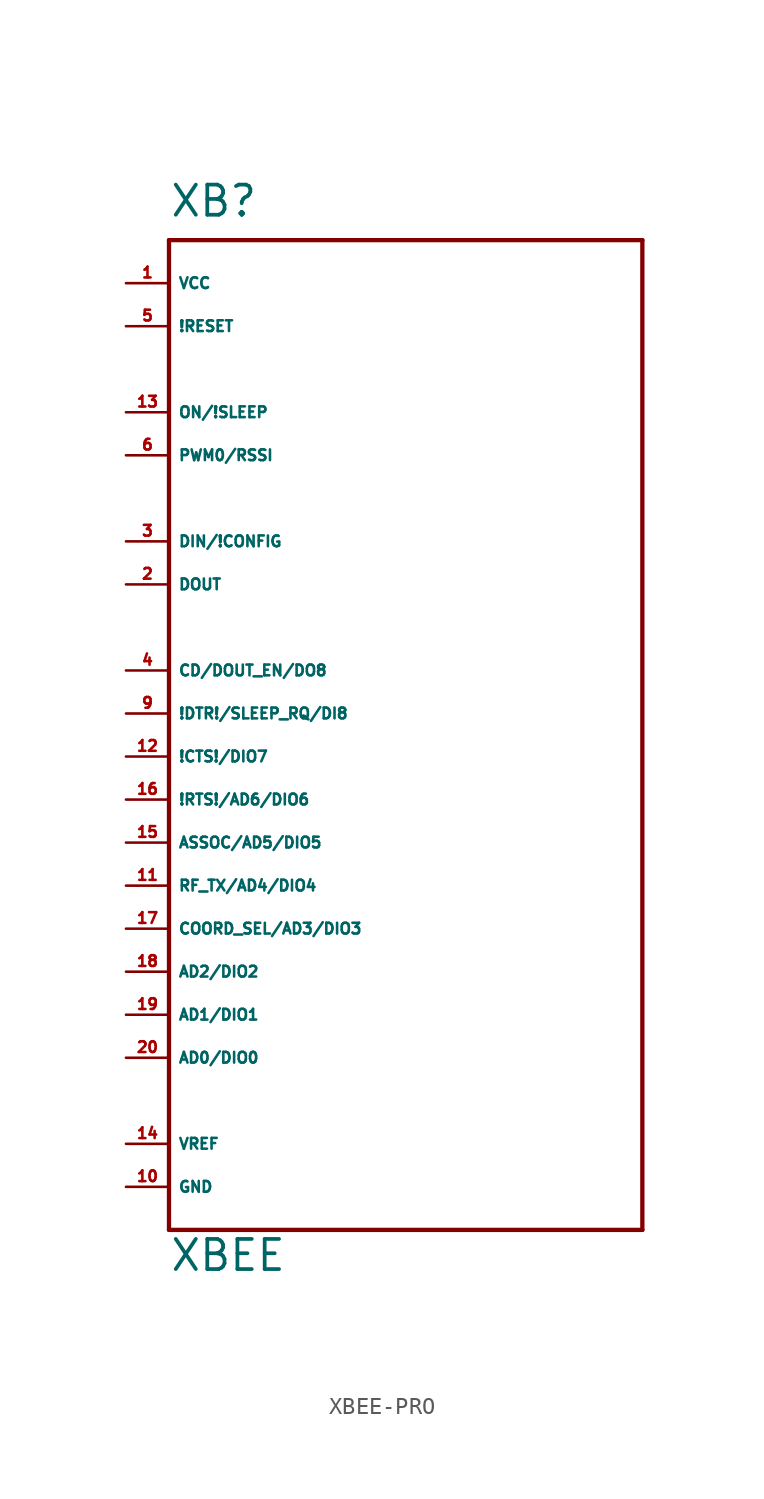
<source format=kicad_sym>
(kicad_symbol_lib
  (version 20220914)
  (generator Eagle2Kicad)
  (symbol "XBEE-PRO"
    (property "Reference" "XB"
      (at -12.7 29.21 0)
      (effects (font (size 1.778 1.778) (thickness 0.22)) (justify left bottom)))
    (property "Value" "XBEE"
      (at -12.7 -33.02 0)
      (effects (font (size 1.778 1.778) (thickness 0.22)) (justify left bottom)))
    (polyline
      (pts (xy -12.7 27.94) (xy -12.7 -30.48))
      (stroke (width 0.254) (type default))
      (fill (type none)))
    (polyline
      (pts (xy -12.7 -30.48) (xy 15.24 -30.48))
      (stroke (width 0.254) (type default))
      (fill (type none)))
    (polyline
      (pts (xy 15.24 -30.48) (xy 15.24 27.94))
      (stroke (width 0.254) (type default))
      (fill (type none)))
    (polyline
      (pts (xy 15.24 27.94) (xy -12.7 27.94))
      (stroke (width 0.254) (type default))
      (fill (type none)))
    (pin unspecified line
      (at -15.24 25.4 0)
      (length 2.54)
      (name "VCC" (effects (font (size 0.635 0.635) (thickness 0.08)) (justify left bottom)))
      (number "1" (effects (font (size 0.635 0.635) (thickness 0.08)) (justify left bottom))))
    (pin output line
      (at -15.24 7.62 0)
      (length 2.54)
      (name "DOUT" (effects (font (size 0.635 0.635) (thickness 0.08)) (justify left bottom)))
      (number "2" (effects (font (size 0.635 0.635) (thickness 0.08)) (justify left bottom))))
    (pin input line
      (at -15.24 10.16 0)
      (length 2.54)
      (name "DIN/!CONFIG" (effects (font (size 0.635 0.635) (thickness 0.08)) (justify left bottom)))
      (number "3" (effects (font (size 0.635 0.635) (thickness 0.08)) (justify left bottom))))
    (pin output line
      (at -15.24 2.54 0)
      (length 2.54)
      (name "CD/DOUT_EN/DO8" (effects (font (size 0.635 0.635) (thickness 0.08)) (justify left bottom)))
      (number "4" (effects (font (size 0.635 0.635) (thickness 0.08)) (justify left bottom))))
    (pin input line
      (at -15.24 22.86 0)
      (length 2.54)
      (name "!RESET" (effects (font (size 0.635 0.635) (thickness 0.08)) (justify left bottom)))
      (number "5" (effects (font (size 0.635 0.635) (thickness 0.08)) (justify left bottom))))
    (pin output line
      (at -15.24 15.24 0)
      (length 2.54)
      (name "PWM0/RSSI" (effects (font (size 0.635 0.635) (thickness 0.08)) (justify left bottom)))
      (number "6" (effects (font (size 0.635 0.635) (thickness 0.08)) (justify left bottom))))
    (pin bidirectional line
      (at -15.24 0 0)
      (length 2.54)
      (name "!DTR!/SLEEP_RQ/DI8" (effects (font (size 0.635 0.635) (thickness 0.08)) (justify left bottom)))
      (number "9" (effects (font (size 0.635 0.635) (thickness 0.08)) (justify left bottom))))
    (pin unspecified line
      (at -15.24 -27.94 0)
      (length 2.54)
      (name "GND" (effects (font (size 0.635 0.635) (thickness 0.08)) (justify left bottom)))
      (number "10" (effects (font (size 0.635 0.635) (thickness 0.08)) (justify left bottom))))
    (pin bidirectional line
      (at -15.24 -10.16 0)
      (length 2.54)
      (name "RF_TX/AD4/DIO4" (effects (font (size 0.635 0.635) (thickness 0.08)) (justify left bottom)))
      (number "11" (effects (font (size 0.635 0.635) (thickness 0.08)) (justify left bottom))))
    (pin bidirectional line
      (at -15.24 -2.54 0)
      (length 2.54)
      (name "!CTS!/DIO7" (effects (font (size 0.635 0.635) (thickness 0.08)) (justify left bottom)))
      (number "12" (effects (font (size 0.635 0.635) (thickness 0.08)) (justify left bottom))))
    (pin output line
      (at -15.24 17.78 0)
      (length 2.54)
      (name "ON/!SLEEP" (effects (font (size 0.635 0.635) (thickness 0.08)) (justify left bottom)))
      (number "13" (effects (font (size 0.635 0.635) (thickness 0.08)) (justify left bottom))))
    (pin input line
      (at -15.24 -25.4 0)
      (length 2.54)
      (name "VREF" (effects (font (size 0.635 0.635) (thickness 0.08)) (justify left bottom)))
      (number "14" (effects (font (size 0.635 0.635) (thickness 0.08)) (justify left bottom))))
    (pin bidirectional line
      (at -15.24 -7.62 0)
      (length 2.54)
      (name "ASSOC/AD5/DIO5" (effects (font (size 0.635 0.635) (thickness 0.08)) (justify left bottom)))
      (number "15" (effects (font (size 0.635 0.635) (thickness 0.08)) (justify left bottom))))
    (pin bidirectional line
      (at -15.24 -5.08 0)
      (length 2.54)
      (name "!RTS!/AD6/DIO6" (effects (font (size 0.635 0.635) (thickness 0.08)) (justify left bottom)))
      (number "16" (effects (font (size 0.635 0.635) (thickness 0.08)) (justify left bottom))))
    (pin bidirectional line
      (at -15.24 -12.7 0)
      (length 2.54)
      (name "COORD_SEL/AD3/DIO3" (effects (font (size 0.635 0.635) (thickness 0.08)) (justify left bottom)))
      (number "17" (effects (font (size 0.635 0.635) (thickness 0.08)) (justify left bottom))))
    (pin bidirectional line
      (at -15.24 -15.24 0)
      (length 2.54)
      (name "AD2/DIO2" (effects (font (size 0.635 0.635) (thickness 0.08)) (justify left bottom)))
      (number "18" (effects (font (size 0.635 0.635) (thickness 0.08)) (justify left bottom))))
    (pin bidirectional line
      (at -15.24 -17.78 0)
      (length 2.54)
      (name "AD1/DIO1" (effects (font (size 0.635 0.635) (thickness 0.08)) (justify left bottom)))
      (number "19" (effects (font (size 0.635 0.635) (thickness 0.08)) (justify left bottom))))
    (pin bidirectional line
      (at -15.24 -20.32 0)
      (length 2.54)
      (name "AD0/DIO0" (effects (font (size 0.635 0.635) (thickness 0.08)) (justify left bottom)))
      (number "20" (effects (font (size 0.635 0.635) (thickness 0.08)) (justify left bottom))))))
</source>
